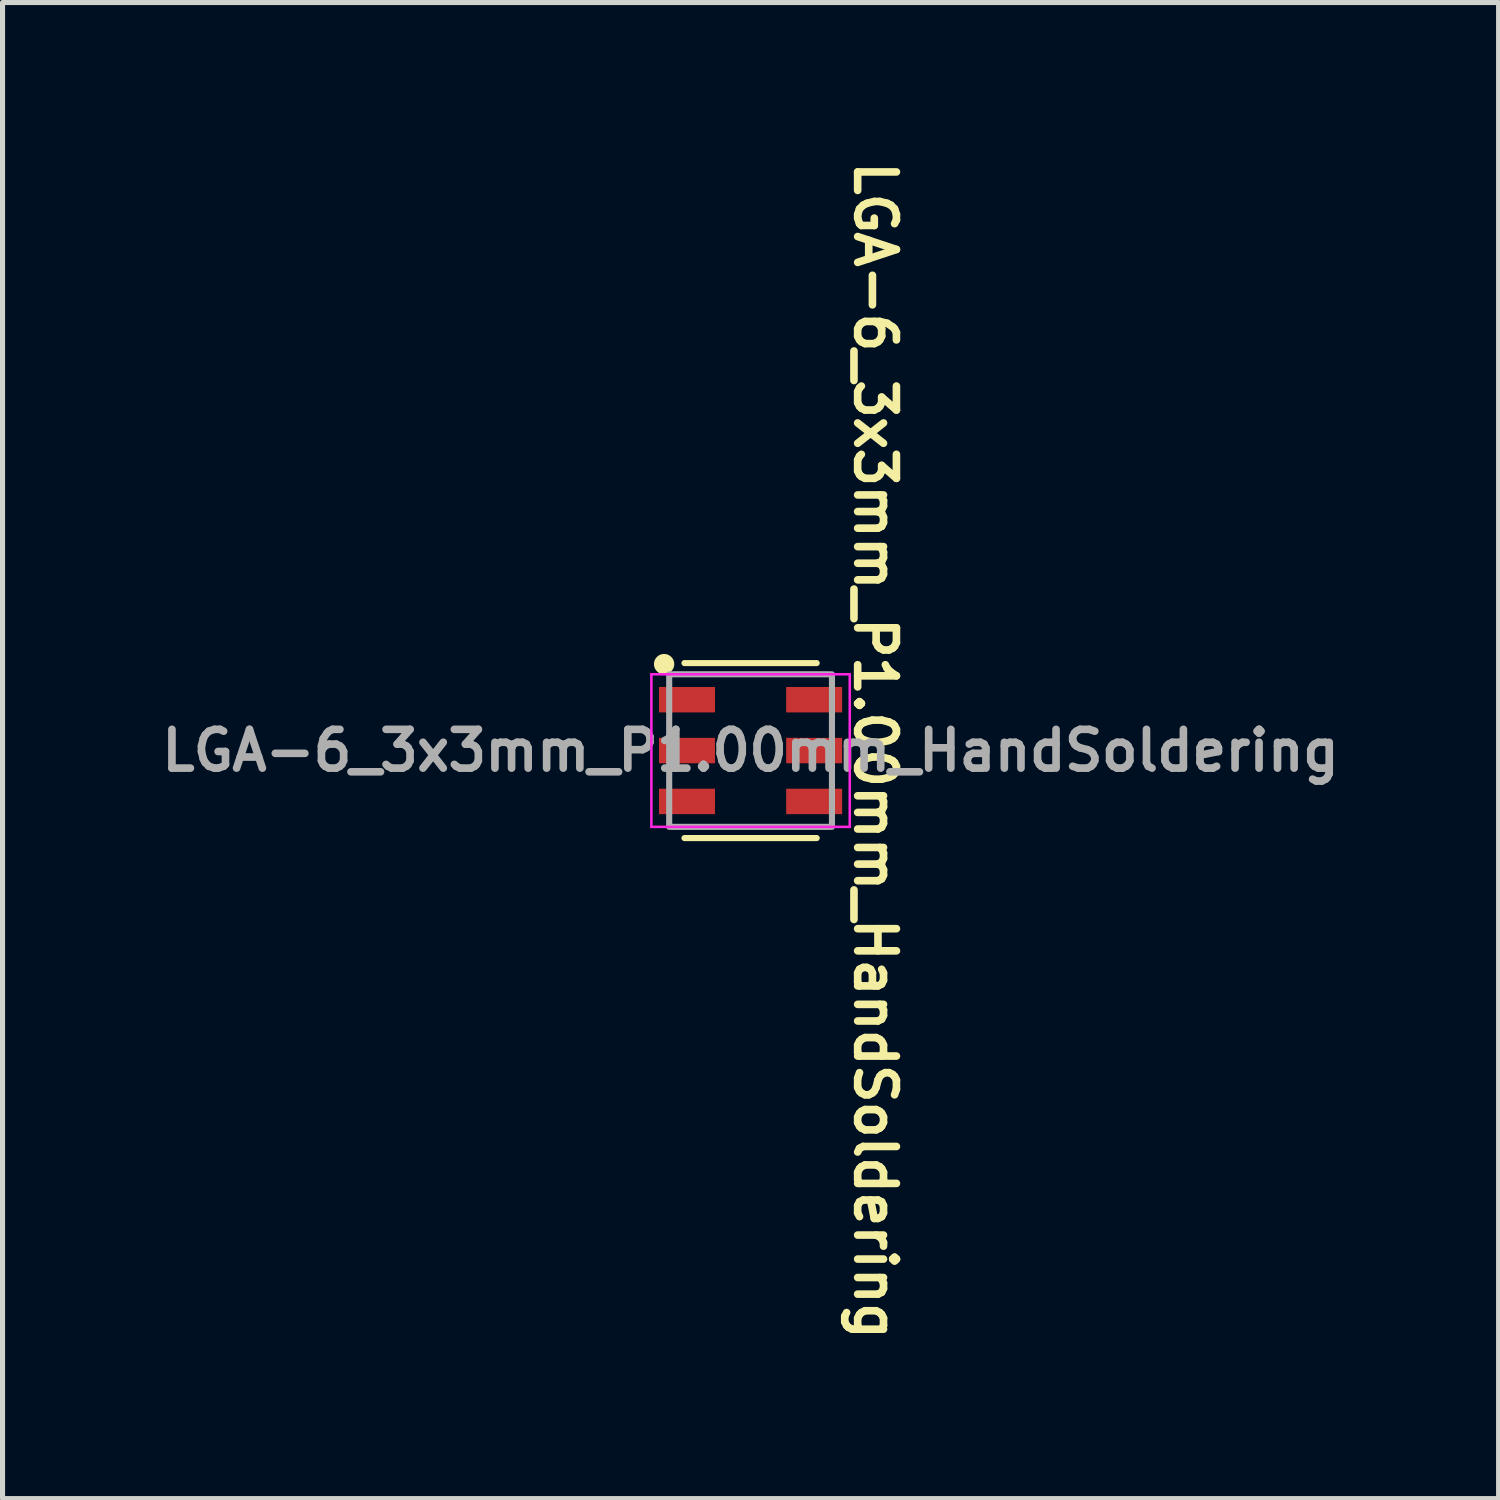
<source format=kicad_pcb>
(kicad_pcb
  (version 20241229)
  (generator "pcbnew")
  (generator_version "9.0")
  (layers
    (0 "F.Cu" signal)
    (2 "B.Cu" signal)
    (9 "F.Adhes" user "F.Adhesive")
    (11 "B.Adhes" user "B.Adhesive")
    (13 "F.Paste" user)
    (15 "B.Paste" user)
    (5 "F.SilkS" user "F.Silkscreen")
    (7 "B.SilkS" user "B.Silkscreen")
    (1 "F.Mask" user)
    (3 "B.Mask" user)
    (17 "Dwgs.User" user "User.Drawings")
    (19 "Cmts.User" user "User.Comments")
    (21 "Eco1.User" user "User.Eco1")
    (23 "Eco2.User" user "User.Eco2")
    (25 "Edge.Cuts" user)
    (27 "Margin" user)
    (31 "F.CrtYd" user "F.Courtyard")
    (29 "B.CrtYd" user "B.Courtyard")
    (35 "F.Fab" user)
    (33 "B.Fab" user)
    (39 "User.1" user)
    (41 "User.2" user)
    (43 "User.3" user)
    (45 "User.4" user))
  (footprint "LGA-6_3x3mm_P1.00mm_HandSoldering"
    (layer "F.Cu")
    (at 11.706 11.706)
    (property "Reference" "LGA-6_3x3mm_P1.00mm_HandSoldering" (at 2.45 0 270) (unlocked yes) (layer "F.SilkS") (effects (font (size 0.762 0.762) (thickness 0.15))))
    (fp_line (start -1.3 -1.72) (end 1.3 -1.72) (stroke (width 0.12) (type default)) (layer "F.SilkS"))
    (fp_line (start 1.3 1.72) (end -1.3 1.72) (stroke (width 0.12) (type default)) (layer "F.SilkS"))
    (fp_circle (center -1.7 -1.7) (end -1.9 -1.7) (stroke (width 0) (type default)) (fill yes) (layer "F.SilkS"))
    (fp_line (start -1.95 -1.5) (end -1.95 1.5) (stroke (width 0.05) (type default)) (layer "F.CrtYd"))
    (fp_line (start -1.95 1.5) (end 1.95 1.5) (stroke (width 0.05) (type default)) (layer "F.CrtYd"))
    (fp_line (start 1.95 -1.5) (end -1.95 -1.5) (stroke (width 0.05) (type default)) (layer "F.CrtYd"))
    (fp_line (start 1.95 1.5) (end 1.95 -1.5) (stroke (width 0.05) (type default)) (layer "F.CrtYd"))
    (fp_poly (pts (xy 1.499 -1.5) (xy -1.499 -1.5) (xy -1.5 -1.5) (xy -1.6 -1.499) (xy -1.6 1.499) (xy -1.5 1.5) (xy -1.499 1.5) (xy 1.499 1.5) (xy 1.5 1.5) (xy 1.6 1.499) (xy 1.6 -1.499) (xy 1.5 -1.5)) (stroke (width 0.12) (type default)) (fill no) (layer "F.Fab"))
    (fp_text user "${REFERENCE}" (at 0 0 0) (layer "F.Fab") (effects (font (size 0.762 0.762) (thickness 0.15))))
    (pad "1" smd rect (at -1.25 -1 180) (size 1.1 0.5) (layers "F.Cu" "F.Mask" "F.Paste"))
    (pad "2" smd rect (at -1.25 0 180) (size 1.1 0.5) (layers "F.Cu" "F.Mask" "F.Paste"))
    (pad "3" smd rect (at -1.25 1 180) (size 1.1 0.5) (layers "F.Cu" "F.Mask" "F.Paste"))
    (pad "4" smd rect (at 1.25 1 180) (size 1.1 0.5) (layers "F.Cu" "F.Mask" "F.Paste"))
    (pad "5" smd rect (at 1.25 0 180) (size 1.1 0.5) (layers "F.Cu" "F.Mask" "F.Paste"))
    (pad "6" smd rect (at 1.25 -1 180) (size 1.1 0.5) (layers "F.Cu" "F.Mask" "F.Paste")))
  (gr_rect
    (start -3 -3)
    (end 26.412 26.412)
    (stroke (width 0.1) (type default))
    (fill no)
    (layer "Edge.Cuts")))
</source>
